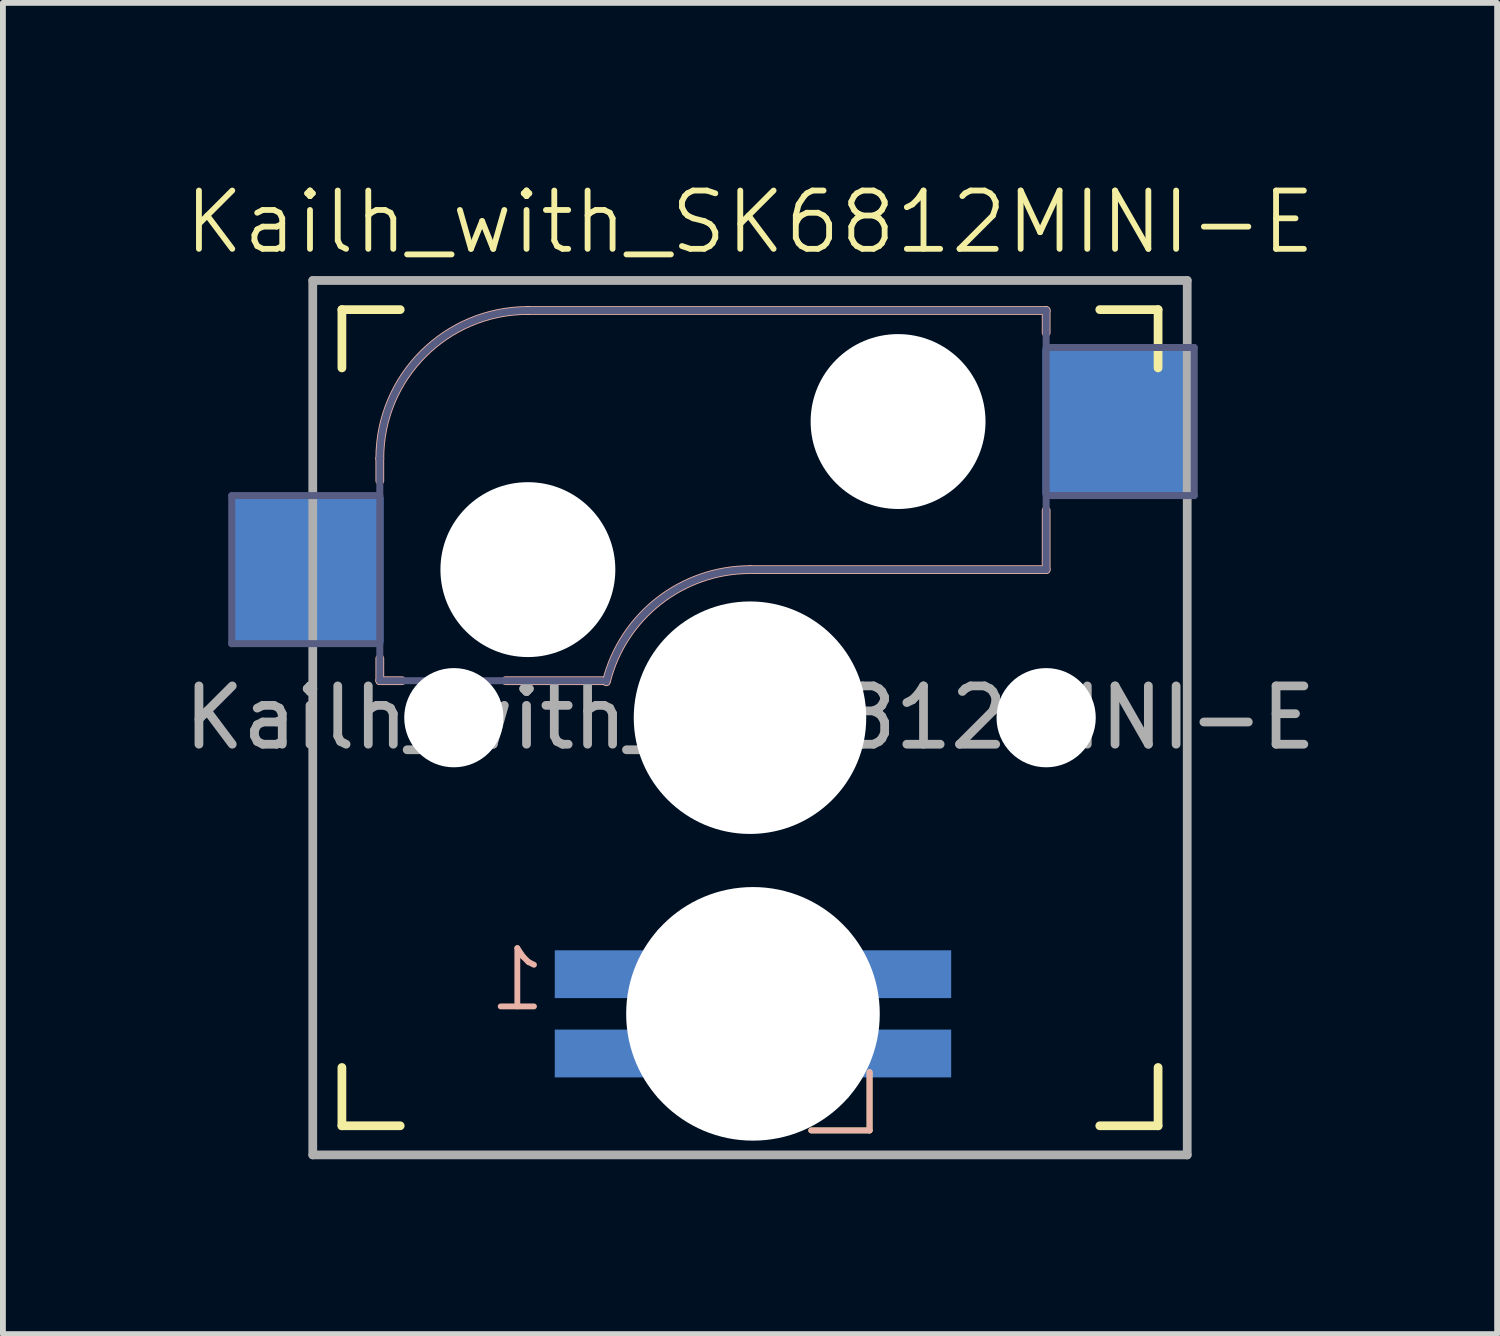
<source format=kicad_pcb>
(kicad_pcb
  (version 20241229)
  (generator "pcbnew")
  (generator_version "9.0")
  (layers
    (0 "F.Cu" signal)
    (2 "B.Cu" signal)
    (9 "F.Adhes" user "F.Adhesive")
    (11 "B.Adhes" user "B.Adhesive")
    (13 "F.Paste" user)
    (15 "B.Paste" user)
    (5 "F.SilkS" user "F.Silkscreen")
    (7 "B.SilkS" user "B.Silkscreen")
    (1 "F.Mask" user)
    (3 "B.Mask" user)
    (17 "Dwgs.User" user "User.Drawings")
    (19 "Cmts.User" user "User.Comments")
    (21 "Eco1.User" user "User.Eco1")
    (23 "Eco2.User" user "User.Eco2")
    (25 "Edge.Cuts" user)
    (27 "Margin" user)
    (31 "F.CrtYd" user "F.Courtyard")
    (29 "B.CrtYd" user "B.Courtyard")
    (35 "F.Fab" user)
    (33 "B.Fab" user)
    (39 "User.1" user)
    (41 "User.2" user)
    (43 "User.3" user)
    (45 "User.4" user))
  (footprint "Kailh_with_SK6812MINI-E"
    (layer "F.Cu")
    (at 9.815 9.261)
    (property "Reference" "Kailh_with_SK6812MINI-E" (at 0 -8.5 0) (unlocked yes) (layer "F.SilkS") (effects (font (size 1 1) (thickness 0.1))))
    (attr smd)
    (fp_line (start -7 -6) (end -7 -7) (stroke (width 0.15) (type solid)) (layer "F.SilkS"))
    (fp_line (start -7 7) (end -7 6) (stroke (width 0.15) (type solid)) (layer "F.SilkS"))
    (fp_line (start -7 7) (end -6 7) (stroke (width 0.15) (type solid)) (layer "F.SilkS"))
    (fp_line (start -6 -7) (end -7 -7) (stroke (width 0.15) (type solid)) (layer "F.SilkS"))
    (fp_line (start 1.051 7.08) (end 2.051 7.08) (stroke (width 0.1) (type default)) (layer "F.SilkS"))
    (fp_line (start 2.051 7.08) (end 2.051 6.08) (stroke (width 0.1) (type default)) (layer "F.SilkS"))
    (fp_line (start 6 7) (end 7 7) (stroke (width 0.15) (type solid)) (layer "F.SilkS"))
    (fp_line (start 7 -7) (end 6 -7) (stroke (width 0.15) (type solid)) (layer "F.SilkS"))
    (fp_line (start 7 -7) (end 7 -6) (stroke (width 0.15) (type solid)) (layer "F.SilkS"))
    (fp_line (start 7 6) (end 7 7) (stroke (width 0.15) (type solid)) (layer "F.SilkS"))
    (fp_line (start -6.35 -4.445) (end -6.35 -4.064) (stroke (width 0.15) (type solid)) (layer "B.SilkS"))
    (fp_line (start -6.35 -1.016) (end -6.35 -0.635) (stroke (width 0.15) (type solid)) (layer "B.SilkS"))
    (fp_line (start -5.969 -0.635) (end -6.35 -0.635) (stroke (width 0.15) (type solid)) (layer "B.SilkS"))
    (fp_line (start -3.81 -6.985) (end 5.08 -6.985) (stroke (width 0.15) (type solid)) (layer "B.SilkS"))
    (fp_line (start -2.464 -0.635) (end -4.191 -0.635) (stroke (width 0.15) (type solid)) (layer "B.SilkS"))
    (fp_line (start 1.051 7.08) (end 2.051 7.08) (stroke (width 0.1) (type default)) (layer "B.SilkS"))
    (fp_line (start 2.051 7.08) (end 2.051 6.08) (stroke (width 0.1) (type default)) (layer "B.SilkS"))
    (fp_line (start 5.08 -6.985) (end 5.08 -6.604) (stroke (width 0.15) (type solid)) (layer "B.SilkS"))
    (fp_line (start 5.08 -3.556) (end 5.08 -2.54) (stroke (width 0.15) (type solid)) (layer "B.SilkS"))
    (fp_line (start 5.08 -2.54) (end 0 -2.54) (stroke (width 0.15) (type solid)) (layer "B.SilkS"))
    (fp_arc (start -6.35 -4.445) (mid -5.606051 -6.241051) (end -3.81 -6.985) (stroke (width 0.15) (type solid)) (layer "B.SilkS"))
    (fp_arc (start -2.464162 -0.61604) (mid -1.563147 -2.002042) (end 0 -2.54) (stroke (width 0.15) (type solid)) (layer "B.SilkS"))
    (fp_line (start -6.9 6.9) (end -6.9 -6.9) (stroke (width 0.15) (type solid)) (layer "Eco2.User"))
    (fp_line (start -6.9 6.9) (end 6.9 6.9) (stroke (width 0.15) (type solid)) (layer "Eco2.User"))
    (fp_line (start 6.9 -6.9) (end -6.9 -6.9) (stroke (width 0.15) (type solid)) (layer "Eco2.User"))
    (fp_line (start 6.9 -6.9) (end 6.9 6.9) (stroke (width 0.15) (type solid)) (layer "Eco2.User"))
    (fp_line (start -8.89 -3.81) (end -6.35 -3.81) (stroke (width 0.12) (type solid)) (layer "B.Fab"))
    (fp_line (start -8.89 -1.27) (end -8.89 -3.81) (stroke (width 0.12) (type solid)) (layer "B.Fab"))
    (fp_line (start -6.35 -1.27) (end -8.89 -1.27) (stroke (width 0.12) (type solid)) (layer "B.Fab"))
    (fp_line (start -6.35 -0.635) (end -6.35 -4.445) (stroke (width 0.12) (type solid)) (layer "B.Fab"))
    (fp_line (start -6.35 -0.635) (end -2.54 -0.635) (stroke (width 0.12) (type solid)) (layer "B.Fab"))
    (fp_line (start -3.81 -6.985) (end 5.08 -6.985) (stroke (width 0.12) (type solid)) (layer "B.Fab"))
    (fp_line (start 5.08 -6.985) (end 5.08 -2.54) (stroke (width 0.12) (type solid)) (layer "B.Fab"))
    (fp_line (start 5.08 -6.35) (end 7.62 -6.35) (stroke (width 0.12) (type solid)) (layer "B.Fab"))
    (fp_line (start 5.08 -2.54) (end 0 -2.54) (stroke (width 0.12) (type solid)) (layer "B.Fab"))
    (fp_line (start 7.62 -6.35) (end 7.62 -3.81) (stroke (width 0.12) (type solid)) (layer "B.Fab"))
    (fp_line (start 7.62 -3.81) (end 5.08 -3.81) (stroke (width 0.12) (type solid)) (layer "B.Fab"))
    (fp_arc (start -6.35 -4.445) (mid -5.606051 -6.241051) (end -3.81 -6.985) (stroke (width 0.12) (type solid)) (layer "B.Fab"))
    (fp_arc (start -2.464162 -0.61604) (mid -1.563147 -2.002042) (end 0 -2.54) (stroke (width 0.12) (type solid)) (layer "B.Fab"))
    (fp_line (start -7.5 -7.5) (end 7.5 -7.5) (stroke (width 0.15) (type solid)) (layer "F.Fab"))
    (fp_line (start -7.5 7.5) (end -7.5 -7.5) (stroke (width 0.15) (type solid)) (layer "F.Fab"))
    (fp_line (start 0.94 6.477) (end 1.626 5.893) (stroke (width 0.1) (type default)) (layer "F.Fab"))
    (fp_line (start 7.5 -7.5) (end 7.5 7.5) (stroke (width 0.15) (type solid)) (layer "F.Fab"))
    (fp_line (start 7.5 7.5) (end -7.5 7.5) (stroke (width 0.15) (type solid)) (layer "F.Fab"))
    (fp_rect (start -1.549 3.68) (end 1.651 6.48) (stroke (width 0.1) (type default)) (fill no) (layer "F.Fab"))
    (fp_circle (center 0 5.08) (end 0.762 5.08) (stroke (width 0.1) (type default)) (fill no) (layer "F.Fab"))
    (fp_circle (center 0 5.08) (end 1.067 5.08) (stroke (width 0.1) (type default)) (fill no) (layer "F.Fab"))
    (fp_text user "1" (at -3.449 5.08 0) (unlocked yes) (layer "B.SilkS") (effects (font (size 1 1) (thickness 0.1)) (justify left bottom mirror)))
    (fp_text user "${REFERENCE}" (at 0 0 0) (unlocked yes) (layer "F.Fab") (effects (font (size 1 1) (thickness 0.15))))
    (pad "" np_thru_hole circle (at -5.08 0) (size 1.702 1.702) (drill 1.702) (layers "*.Cu" "*.Mask"))
    (pad "" np_thru_hole circle (at -3.81 -2.54) (size 3 3) (drill 3) (layers "*.Cu" "*.Mask"))
    (pad "" np_thru_hole circle (at 0 0) (size 3.988 3.988) (drill 3.988) (layers "*.Cu" "*.Mask"))
    (pad "" np_thru_hole circle (at 0.051 5.08) (size 4.35 4.35) (drill 4.35) (layers "*.Cu" "*.Mask"))
    (pad "" np_thru_hole circle (at 2.54 -5.08) (size 3 3) (drill 3) (layers "*.Cu" "*.Mask"))
    (pad "" np_thru_hole circle (at 5.08 0) (size 1.702 1.702) (drill 1.702) (layers "*.Cu" "*.Mask"))
    (pad "1" smd rect (at -2.449 4.4) (size 1.8 0.82) (layers "B.Cu" "B.Mask" "B.Paste"))
    (pad "2" smd rect (at -2.449 5.76) (size 1.8 0.82) (layers "B.Cu" "B.Mask" "B.Paste"))
    (pad "3" smd rect (at 2.551 5.76) (size 1.8 0.82) (layers "B.Cu" "B.Mask" "B.Paste"))
    (pad "4" smd rect (at 2.551 4.4) (size 1.8 0.82) (layers "B.Cu" "B.Mask" "B.Paste"))
    (pad "5" smd rect (at 6.29 -5.08) (size 2.55 2.5) (layers "B.Cu" "B.Mask" "B.Paste"))
    (pad "6" smd rect (at -7.56 -2.54) (size 2.55 2.5) (layers "B.Cu" "B.Mask" "B.Paste")))
  (gr_rect
    (start -3 -3)
    (end 22.631 19.835)
    (stroke (width 0.1) (type default))
    (fill no)
    (layer "Edge.Cuts")))
</source>
